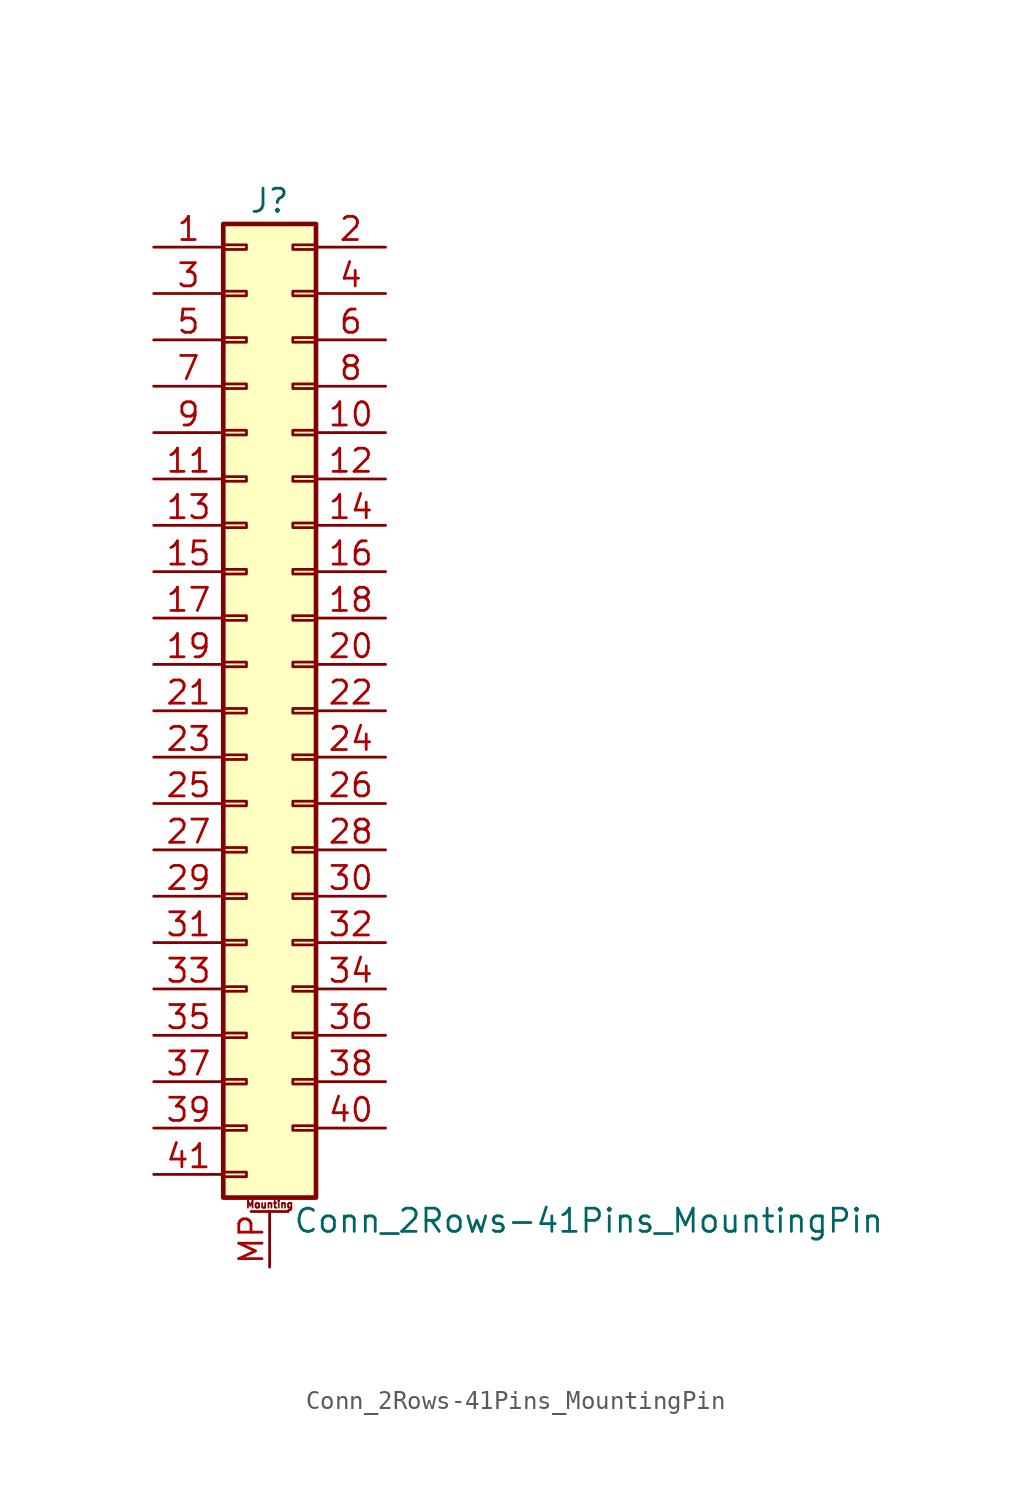
<source format=kicad_sym>
(kicad_symbol_lib
  (version 20201005)
  (generator kicad_symbol_editor)
  (symbol "Conn_2Rows-41Pins_MountingPin"
    (pin_names
      (offset 1.016) hide)
    (property "Reference" "J"
      (at 1.27 27.94 0)
      (effects (font (size 1.27 1.27))))
    (property "Value" "Conn_2Rows-41Pins_MountingPin"
      (at 2.54 -27.94 0)
      (effects (font (size 1.27 1.27)) (justify left)))
    (symbol "Conn_2Rows-41Pins_MountingPin_1_1"
      (text "Mounting" (at 1.27 -27.051 0) (effects (font (size 0.381 0.381))))
      (rectangle (start -1.27 -25.273) (end 0 -25.527) (stroke (width 0.152)) (fill (type none)))
      (rectangle (start -1.27 -22.733) (end 0 -22.987) (stroke (width 0.152)) (fill (type none)))
      (rectangle (start -1.27 -20.193) (end 0 -20.447) (stroke (width 0.152)) (fill (type none)))
      (rectangle (start -1.27 -17.653) (end 0 -17.907) (stroke (width 0.152)) (fill (type none)))
      (rectangle (start -1.27 -15.113) (end 0 -15.367) (stroke (width 0.152)) (fill (type none)))
      (rectangle (start -1.27 -12.573) (end 0 -12.827) (stroke (width 0.152)) (fill (type none)))
      (rectangle (start -1.27 -10.033) (end 0 -10.287) (stroke (width 0.152)) (fill (type none)))
      (rectangle (start -1.27 -7.493) (end 0 -7.747) (stroke (width 0.152)) (fill (type none)))
      (rectangle (start -1.27 -4.953) (end 0 -5.207) (stroke (width 0.152)) (fill (type none)))
      (rectangle (start -1.27 -2.413) (end 0 -2.667) (stroke (width 0.152)) (fill (type none)))
      (rectangle (start -1.27 0.127) (end 0 -0.127) (stroke (width 0.152)) (fill (type none)))
      (rectangle (start -1.27 2.667) (end 0 2.413) (stroke (width 0.152)) (fill (type none)))
      (rectangle (start -1.27 5.207) (end 0 4.953) (stroke (width 0.152)) (fill (type none)))
      (rectangle (start -1.27 7.747) (end 0 7.493) (stroke (width 0.152)) (fill (type none)))
      (rectangle (start -1.27 10.287) (end 0 10.033) (stroke (width 0.152)) (fill (type none)))
      (rectangle (start -1.27 12.827) (end 0 12.573) (stroke (width 0.152)) (fill (type none)))
      (rectangle (start -1.27 15.367) (end 0 15.113) (stroke (width 0.152)) (fill (type none)))
      (rectangle (start -1.27 17.907) (end 0 17.653) (stroke (width 0.152)) (fill (type none)))
      (rectangle (start -1.27 20.447) (end 0 20.193) (stroke (width 0.152)) (fill (type none)))
      (rectangle (start -1.27 22.987) (end 0 22.733) (stroke (width 0.152)) (fill (type none)))
      (rectangle (start -1.27 25.527) (end 0 25.273) (stroke (width 0.152)) (fill (type none)))
      (rectangle (start 3.81 -22.733) (end 2.54 -22.987) (stroke (width 0.152)) (fill (type none)))
      (rectangle (start 3.81 -20.193) (end 2.54 -20.447) (stroke (width 0.152)) (fill (type none)))
      (rectangle (start 3.81 -17.653) (end 2.54 -17.907) (stroke (width 0.152)) (fill (type none)))
      (rectangle (start 3.81 -15.113) (end 2.54 -15.367) (stroke (width 0.152)) (fill (type none)))
      (rectangle (start 3.81 -12.573) (end 2.54 -12.827) (stroke (width 0.152)) (fill (type none)))
      (rectangle (start 3.81 -10.033) (end 2.54 -10.287) (stroke (width 0.152)) (fill (type none)))
      (rectangle (start 3.81 -7.493) (end 2.54 -7.747) (stroke (width 0.152)) (fill (type none)))
      (rectangle (start 3.81 -4.953) (end 2.54 -5.207) (stroke (width 0.152)) (fill (type none)))
      (rectangle (start 3.81 -2.413) (end 2.54 -2.667) (stroke (width 0.152)) (fill (type none)))
      (rectangle (start 3.81 0.127) (end 2.54 -0.127) (stroke (width 0.152)) (fill (type none)))
      (rectangle (start 3.81 2.667) (end 2.54 2.413) (stroke (width 0.152)) (fill (type none)))
      (rectangle (start 3.81 5.207) (end 2.54 4.953) (stroke (width 0.152)) (fill (type none)))
      (rectangle (start 3.81 7.747) (end 2.54 7.493) (stroke (width 0.152)) (fill (type none)))
      (rectangle (start 3.81 10.287) (end 2.54 10.033) (stroke (width 0.152)) (fill (type none)))
      (rectangle (start 3.81 12.827) (end 2.54 12.573) (stroke (width 0.152)) (fill (type none)))
      (rectangle (start 3.81 15.367) (end 2.54 15.113) (stroke (width 0.152)) (fill (type none)))
      (rectangle (start 3.81 17.907) (end 2.54 17.653) (stroke (width 0.152)) (fill (type none)))
      (rectangle (start 3.81 20.447) (end 2.54 20.193) (stroke (width 0.152)) (fill (type none)))
      (rectangle (start 3.81 22.987) (end 2.54 22.733) (stroke (width 0.152)) (fill (type none)))
      (rectangle (start 3.81 25.527) (end 2.54 25.273) (stroke (width 0.152)) (fill (type none)))
      (rectangle (start -1.27 26.67) (end 3.81 -26.67) (stroke (width 0.254)) (fill (type background)))
      (polyline (pts (xy 0.254 -27.432) (xy 2.286 -27.432)) (stroke (width 0.152)) (fill (type none)))
      (pin passive line (at -5.08 25.4 0) (length 3.81) (name "Pin_1" (effects (font (size 1.27 1.27)))) (number "1" (effects (font (size 1.27 1.27)))))
      (pin passive line (at 7.62 15.24 180) (length 3.81) (name "Pin_10" (effects (font (size 1.27 1.27)))) (number "10" (effects (font (size 1.27 1.27)))))
      (pin passive line (at -5.08 12.7 0) (length 3.81) (name "Pin_11" (effects (font (size 1.27 1.27)))) (number "11" (effects (font (size 1.27 1.27)))))
      (pin passive line (at 7.62 12.7 180) (length 3.81) (name "Pin_12" (effects (font (size 1.27 1.27)))) (number "12" (effects (font (size 1.27 1.27)))))
      (pin passive line (at -5.08 10.16 0) (length 3.81) (name "Pin_13" (effects (font (size 1.27 1.27)))) (number "13" (effects (font (size 1.27 1.27)))))
      (pin passive line (at 7.62 10.16 180) (length 3.81) (name "Pin_14" (effects (font (size 1.27 1.27)))) (number "14" (effects (font (size 1.27 1.27)))))
      (pin passive line (at -5.08 7.62 0) (length 3.81) (name "Pin_15" (effects (font (size 1.27 1.27)))) (number "15" (effects (font (size 1.27 1.27)))))
      (pin passive line (at 7.62 7.62 180) (length 3.81) (name "Pin_16" (effects (font (size 1.27 1.27)))) (number "16" (effects (font (size 1.27 1.27)))))
      (pin passive line (at -5.08 5.08 0) (length 3.81) (name "Pin_17" (effects (font (size 1.27 1.27)))) (number "17" (effects (font (size 1.27 1.27)))))
      (pin passive line (at 7.62 5.08 180) (length 3.81) (name "Pin_18" (effects (font (size 1.27 1.27)))) (number "18" (effects (font (size 1.27 1.27)))))
      (pin passive line (at -5.08 2.54 0) (length 3.81) (name "Pin_19" (effects (font (size 1.27 1.27)))) (number "19" (effects (font (size 1.27 1.27)))))
      (pin passive line (at 7.62 25.4 180) (length 3.81) (name "Pin_2" (effects (font (size 1.27 1.27)))) (number "2" (effects (font (size 1.27 1.27)))))
      (pin passive line (at 7.62 2.54 180) (length 3.81) (name "Pin_20" (effects (font (size 1.27 1.27)))) (number "20" (effects (font (size 1.27 1.27)))))
      (pin passive line (at -5.08 0 0) (length 3.81) (name "Pin_21" (effects (font (size 1.27 1.27)))) (number "21" (effects (font (size 1.27 1.27)))))
      (pin passive line (at 7.62 0 180) (length 3.81) (name "Pin_22" (effects (font (size 1.27 1.27)))) (number "22" (effects (font (size 1.27 1.27)))))
      (pin passive line (at -5.08 -2.54 0) (length 3.81) (name "Pin_23" (effects (font (size 1.27 1.27)))) (number "23" (effects (font (size 1.27 1.27)))))
      (pin passive line (at 7.62 -2.54 180) (length 3.81) (name "Pin_24" (effects (font (size 1.27 1.27)))) (number "24" (effects (font (size 1.27 1.27)))))
      (pin passive line (at -5.08 -5.08 0) (length 3.81) (name "Pin_25" (effects (font (size 1.27 1.27)))) (number "25" (effects (font (size 1.27 1.27)))))
      (pin passive line (at 7.62 -5.08 180) (length 3.81) (name "Pin_26" (effects (font (size 1.27 1.27)))) (number "26" (effects (font (size 1.27 1.27)))))
      (pin passive line (at -5.08 -7.62 0) (length 3.81) (name "Pin_27" (effects (font (size 1.27 1.27)))) (number "27" (effects (font (size 1.27 1.27)))))
      (pin passive line (at 7.62 -7.62 180) (length 3.81) (name "Pin_28" (effects (font (size 1.27 1.27)))) (number "28" (effects (font (size 1.27 1.27)))))
      (pin passive line (at -5.08 -10.16 0) (length 3.81) (name "Pin_29" (effects (font (size 1.27 1.27)))) (number "29" (effects (font (size 1.27 1.27)))))
      (pin passive line (at -5.08 22.86 0) (length 3.81) (name "Pin_3" (effects (font (size 1.27 1.27)))) (number "3" (effects (font (size 1.27 1.27)))))
      (pin passive line (at 7.62 -10.16 180) (length 3.81) (name "Pin_30" (effects (font (size 1.27 1.27)))) (number "30" (effects (font (size 1.27 1.27)))))
      (pin passive line (at -5.08 -12.7 0) (length 3.81) (name "Pin_31" (effects (font (size 1.27 1.27)))) (number "31" (effects (font (size 1.27 1.27)))))
      (pin passive line (at 7.62 -12.7 180) (length 3.81) (name "Pin_32" (effects (font (size 1.27 1.27)))) (number "32" (effects (font (size 1.27 1.27)))))
      (pin passive line (at -5.08 -15.24 0) (length 3.81) (name "Pin_33" (effects (font (size 1.27 1.27)))) (number "33" (effects (font (size 1.27 1.27)))))
      (pin passive line (at 7.62 -15.24 180) (length 3.81) (name "Pin_34" (effects (font (size 1.27 1.27)))) (number "34" (effects (font (size 1.27 1.27)))))
      (pin passive line (at -5.08 -17.78 0) (length 3.81) (name "Pin_35" (effects (font (size 1.27 1.27)))) (number "35" (effects (font (size 1.27 1.27)))))
      (pin passive line (at 7.62 -17.78 180) (length 3.81) (name "Pin_36" (effects (font (size 1.27 1.27)))) (number "36" (effects (font (size 1.27 1.27)))))
      (pin passive line (at -5.08 -20.32 0) (length 3.81) (name "Pin_37" (effects (font (size 1.27 1.27)))) (number "37" (effects (font (size 1.27 1.27)))))
      (pin passive line (at 7.62 -20.32 180) (length 3.81) (name "Pin_38" (effects (font (size 1.27 1.27)))) (number "38" (effects (font (size 1.27 1.27)))))
      (pin passive line (at -5.08 -22.86 0) (length 3.81) (name "Pin_39" (effects (font (size 1.27 1.27)))) (number "39" (effects (font (size 1.27 1.27)))))
      (pin passive line (at 7.62 22.86 180) (length 3.81) (name "Pin_4" (effects (font (size 1.27 1.27)))) (number "4" (effects (font (size 1.27 1.27)))))
      (pin passive line (at 7.62 -22.86 180) (length 3.81) (name "Pin_40" (effects (font (size 1.27 1.27)))) (number "40" (effects (font (size 1.27 1.27)))))
      (pin passive line (at -5.08 -25.4 0) (length 3.81) (name "Pin_41" (effects (font (size 1.27 1.27)))) (number "41" (effects (font (size 1.27 1.27)))))
      (pin passive line (at -5.08 20.32 0) (length 3.81) (name "Pin_5" (effects (font (size 1.27 1.27)))) (number "5" (effects (font (size 1.27 1.27)))))
      (pin passive line (at 7.62 20.32 180) (length 3.81) (name "Pin_6" (effects (font (size 1.27 1.27)))) (number "6" (effects (font (size 1.27 1.27)))))
      (pin passive line (at -5.08 17.78 0) (length 3.81) (name "Pin_7" (effects (font (size 1.27 1.27)))) (number "7" (effects (font (size 1.27 1.27)))))
      (pin passive line (at 7.62 17.78 180) (length 3.81) (name "Pin_8" (effects (font (size 1.27 1.27)))) (number "8" (effects (font (size 1.27 1.27)))))
      (pin passive line (at -5.08 15.24 0) (length 3.81) (name "Pin_9" (effects (font (size 1.27 1.27)))) (number "9" (effects (font (size 1.27 1.27)))))
      (pin passive line (at 1.27 -30.48 90) (length 3.048) (name "MountPin" (effects (font (size 1.27 1.27)))) (number "MP" (effects (font (size 1.27 1.27))))))))
</source>
